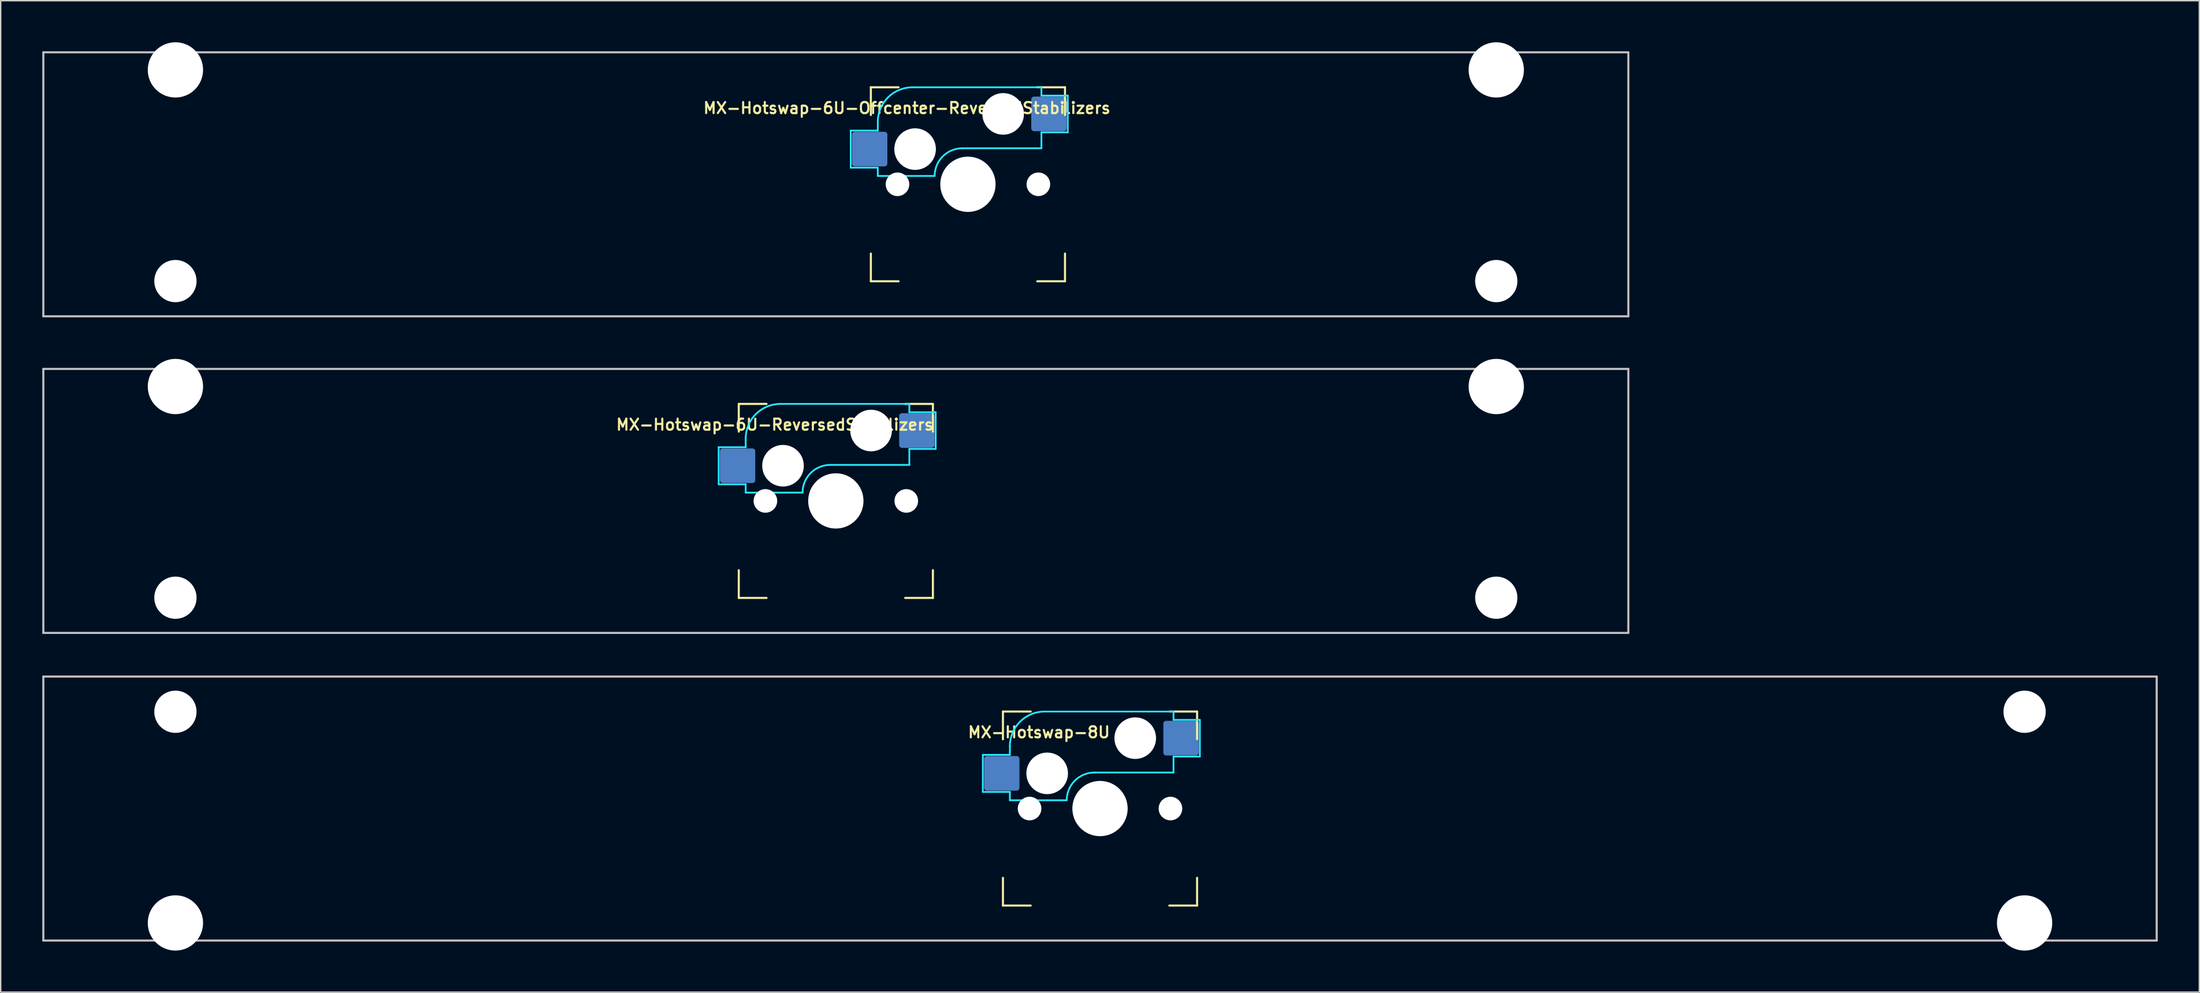
<source format=kicad_pcb>
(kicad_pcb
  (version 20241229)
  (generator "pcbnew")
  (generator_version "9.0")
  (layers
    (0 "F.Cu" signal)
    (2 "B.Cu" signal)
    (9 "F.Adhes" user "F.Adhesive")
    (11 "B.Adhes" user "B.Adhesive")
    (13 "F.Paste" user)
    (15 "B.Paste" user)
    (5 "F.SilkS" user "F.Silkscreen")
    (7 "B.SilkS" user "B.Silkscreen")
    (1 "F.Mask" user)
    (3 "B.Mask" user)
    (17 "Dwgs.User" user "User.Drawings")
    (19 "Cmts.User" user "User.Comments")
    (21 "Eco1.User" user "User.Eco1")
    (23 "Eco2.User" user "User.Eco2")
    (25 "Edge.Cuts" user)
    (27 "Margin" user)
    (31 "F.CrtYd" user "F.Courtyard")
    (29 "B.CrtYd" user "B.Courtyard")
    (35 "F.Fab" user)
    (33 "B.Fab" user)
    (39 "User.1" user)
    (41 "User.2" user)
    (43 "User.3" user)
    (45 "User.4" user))
  (footprint "MX-Hotswap-8U"
    (layer "F.Cu")
    (at 76.275 55.298)
    (property "Reference" "MX-Hotswap-8U" (at -4.4 -5.5 0) (layer "F.SilkS") (effects (font (size 0.8 0.8) (thickness 0.15))))
    (attr smd)
    (fp_line (start -7 -7) (end -7 -5) (stroke (width 0.15) (type solid)) (layer "F.SilkS"))
    (fp_line (start -7 5) (end -7 7) (stroke (width 0.15) (type solid)) (layer "F.SilkS"))
    (fp_line (start -7 7) (end -5 7) (stroke (width 0.15) (type solid)) (layer "F.SilkS"))
    (fp_line (start -5 -7) (end -7 -7) (stroke (width 0.15) (type solid)) (layer "F.SilkS"))
    (fp_line (start 5 -7) (end 7 -7) (stroke (width 0.15) (type solid)) (layer "F.SilkS"))
    (fp_line (start 5 7) (end 7 7) (stroke (width 0.15) (type solid)) (layer "F.SilkS"))
    (fp_line (start 7 -7) (end 7 -5) (stroke (width 0.15) (type solid)) (layer "F.SilkS"))
    (fp_line (start 7 7) (end 7 5) (stroke (width 0.15) (type solid)) (layer "F.SilkS"))
    (fp_line (start -76.2 9.525) (end -76.2 -9.525) (stroke (width 0.15) (type solid)) (layer "Dwgs.User"))
    (fp_line (start 76.2 -9.525) (end -76.2 -9.525) (stroke (width 0.15) (type solid)) (layer "Dwgs.User"))
    (fp_line (start 76.2 9.525) (end -76.2 9.525) (stroke (width 0.15) (type solid)) (layer "Dwgs.User"))
    (fp_line (start 76.2 9.525) (end 76.2 -9.525) (stroke (width 0.15) (type solid)) (layer "Dwgs.User"))
    (fp_line (start -8.45 -3.875) (end -8.45 -1.2) (stroke (width 0.127) (type solid)) (layer "B.CrtYd"))
    (fp_line (start -8.45 -1.2) (end -6.5 -1.2) (stroke (width 0.127) (type solid)) (layer "B.CrtYd"))
    (fp_line (start -6.5 -4.5) (end -6.5 -3.875) (stroke (width 0.127) (type solid)) (layer "B.CrtYd"))
    (fp_line (start -6.5 -3.875) (end -8.45 -3.875) (stroke (width 0.127) (type solid)) (layer "B.CrtYd"))
    (fp_line (start -6.5 -0.6) (end -6.5 -1.2) (stroke (width 0.127) (type solid)) (layer "B.CrtYd"))
    (fp_line (start -6.5 -0.6) (end -2.4 -0.6) (stroke (width 0.127) (type solid)) (layer "B.CrtYd"))
    (fp_line (start -0.4 -2.6) (end 5.3 -2.6) (stroke (width 0.127) (type solid)) (layer "B.CrtYd"))
    (fp_line (start 5.3 -7) (end -4 -7) (stroke (width 0.127) (type solid)) (layer "B.CrtYd"))
    (fp_line (start 5.3 -7) (end 5.3 -6.4) (stroke (width 0.127) (type solid)) (layer "B.CrtYd"))
    (fp_line (start 5.3 -6.4) (end 7.2 -6.4) (stroke (width 0.127) (type solid)) (layer "B.CrtYd"))
    (fp_line (start 5.3 -2.6) (end 5.3 -3.75) (stroke (width 0.127) (type solid)) (layer "B.CrtYd"))
    (fp_line (start 7.2 -6.4) (end 7.2 -3.75) (stroke (width 0.127) (type solid)) (layer "B.CrtYd"))
    (fp_line (start 7.2 -3.75) (end 5.3 -3.75) (stroke (width 0.127) (type solid)) (layer "B.CrtYd"))
    (fp_arc (start -6.5 -4.5) (mid -5.767767 -6.267767) (end -4 -7) (stroke (width 0.127) (type solid)) (layer "B.CrtYd"))
    (fp_arc (start -2.4 -0.6) (mid -1.814214 -2.014214) (end -0.4 -2.6) (stroke (width 0.127) (type solid)) (layer "B.CrtYd"))
    (pad "" np_thru_hole circle (at -66.675 -6.985) (size 3.048 3.048) (drill 3.048) (layers "*.Cu" "*.Mask"))
    (pad "" np_thru_hole circle (at -66.675 8.255) (size 3.988 3.988) (drill 3.988) (layers "*.Cu" "*.Mask"))
    (pad "" np_thru_hole circle (at -5.08 0 48.099) (size 1.702 1.702) (drill 1.702) (layers "*.Cu" "*.Mask"))
    (pad "" np_thru_hole circle (at -3.81 -2.54) (size 3 3) (drill 3) (layers "*.Cu" "*.Mask"))
    (pad "" np_thru_hole circle (at 0 0) (size 3.988 3.988) (drill 3.988) (layers "*.Cu" "*.Mask"))
    (pad "" np_thru_hole circle (at 2.54 -5.08) (size 3 3) (drill 3) (layers "*.Cu" "*.Mask"))
    (pad "" np_thru_hole circle (at 5.08 0 48.099) (size 1.702 1.702) (drill 1.702) (layers "*.Cu" "*.Mask"))
    (pad "" np_thru_hole circle (at 66.675 -6.985) (size 3.048 3.048) (drill 3.048) (layers "*.Cu" "*.Mask"))
    (pad "" np_thru_hole circle (at 66.675 8.255) (size 3.988 3.988) (drill 3.988) (layers "*.Cu" "*.Mask"))
    (pad "1" smd roundrect (at -7.085 -2.54) (size 2.55 2.5) (layers "B.Cu" "B.Mask" "B.Paste") (roundrect_rratio 0.08))
    (pad "2" smd roundrect (at 5.842 -5.08) (size 2.55 2.5) (layers "B.Cu" "B.Mask" "B.Paste") (roundrect_rratio 0.08)))
  (footprint "MX-Hotswap-6U-ReversedStabilizers"
    (layer "F.Cu")
    (at 57.225 33.098)
    (property "Reference" "MX-Hotswap-6U-ReversedStabilizers" (at -4.4 -5.5 0) (layer "F.SilkS") (effects (font (size 0.8 0.8) (thickness 0.15))))
    (attr smd)
    (fp_line (start -7 -7) (end -7 -5) (stroke (width 0.15) (type solid)) (layer "F.SilkS"))
    (fp_line (start -7 5) (end -7 7) (stroke (width 0.15) (type solid)) (layer "F.SilkS"))
    (fp_line (start -7 7) (end -5 7) (stroke (width 0.15) (type solid)) (layer "F.SilkS"))
    (fp_line (start -5 -7) (end -7 -7) (stroke (width 0.15) (type solid)) (layer "F.SilkS"))
    (fp_line (start 5 -7) (end 7 -7) (stroke (width 0.15) (type solid)) (layer "F.SilkS"))
    (fp_line (start 5 7) (end 7 7) (stroke (width 0.15) (type solid)) (layer "F.SilkS"))
    (fp_line (start 7 -7) (end 7 -5) (stroke (width 0.15) (type solid)) (layer "F.SilkS"))
    (fp_line (start 7 7) (end 7 5) (stroke (width 0.15) (type solid)) (layer "F.SilkS"))
    (fp_line (start -57.15 9.525) (end -57.15 -9.525) (stroke (width 0.15) (type solid)) (layer "Dwgs.User"))
    (fp_line (start 57.15 -9.525) (end -57.15 -9.525) (stroke (width 0.15) (type solid)) (layer "Dwgs.User"))
    (fp_line (start 57.15 9.525) (end -57.15 9.525) (stroke (width 0.15) (type solid)) (layer "Dwgs.User"))
    (fp_line (start 57.15 9.525) (end 57.15 -9.525) (stroke (width 0.15) (type solid)) (layer "Dwgs.User"))
    (fp_line (start -8.45 -3.875) (end -8.45 -1.2) (stroke (width 0.127) (type solid)) (layer "B.CrtYd"))
    (fp_line (start -8.45 -1.2) (end -6.5 -1.2) (stroke (width 0.127) (type solid)) (layer "B.CrtYd"))
    (fp_line (start -6.5 -4.5) (end -6.5 -3.875) (stroke (width 0.127) (type solid)) (layer "B.CrtYd"))
    (fp_line (start -6.5 -3.875) (end -8.45 -3.875) (stroke (width 0.127) (type solid)) (layer "B.CrtYd"))
    (fp_line (start -6.5 -0.6) (end -6.5 -1.2) (stroke (width 0.127) (type solid)) (layer "B.CrtYd"))
    (fp_line (start -6.5 -0.6) (end -2.4 -0.6) (stroke (width 0.127) (type solid)) (layer "B.CrtYd"))
    (fp_line (start -0.4 -2.6) (end 5.3 -2.6) (stroke (width 0.127) (type solid)) (layer "B.CrtYd"))
    (fp_line (start 5.3 -7) (end -4 -7) (stroke (width 0.127) (type solid)) (layer "B.CrtYd"))
    (fp_line (start 5.3 -7) (end 5.3 -6.4) (stroke (width 0.127) (type solid)) (layer "B.CrtYd"))
    (fp_line (start 5.3 -6.4) (end 7.2 -6.4) (stroke (width 0.127) (type solid)) (layer "B.CrtYd"))
    (fp_line (start 5.3 -2.6) (end 5.3 -3.75) (stroke (width 0.127) (type solid)) (layer "B.CrtYd"))
    (fp_line (start 7.2 -6.4) (end 7.2 -3.75) (stroke (width 0.127) (type solid)) (layer "B.CrtYd"))
    (fp_line (start 7.2 -3.75) (end 5.3 -3.75) (stroke (width 0.127) (type solid)) (layer "B.CrtYd"))
    (fp_arc (start -6.5 -4.5) (mid -5.767767 -6.267767) (end -4 -7) (stroke (width 0.127) (type solid)) (layer "B.CrtYd"))
    (fp_arc (start -2.4 -0.6) (mid -1.814214 -2.014214) (end -0.4 -2.6) (stroke (width 0.127) (type solid)) (layer "B.CrtYd"))
    (pad "" np_thru_hole circle (at -47.625 -8.255) (size 3.988 3.988) (drill 3.988) (layers "*.Cu" "*.Mask"))
    (pad "" np_thru_hole circle (at -47.625 6.985) (size 3.048 3.048) (drill 3.048) (layers "*.Cu" "*.Mask"))
    (pad "" np_thru_hole circle (at -5.08 0 48.099) (size 1.702 1.702) (drill 1.702) (layers "*.Cu" "*.Mask"))
    (pad "" np_thru_hole circle (at -3.81 -2.54) (size 3 3) (drill 3) (layers "*.Cu" "*.Mask"))
    (pad "" np_thru_hole circle (at 0 0) (size 3.988 3.988) (drill 3.988) (layers "*.Cu" "*.Mask"))
    (pad "" np_thru_hole circle (at 2.54 -5.08) (size 3 3) (drill 3) (layers "*.Cu" "*.Mask"))
    (pad "" np_thru_hole circle (at 5.08 0 48.099) (size 1.702 1.702) (drill 1.702) (layers "*.Cu" "*.Mask"))
    (pad "" np_thru_hole circle (at 47.625 -8.255) (size 3.988 3.988) (drill 3.988) (layers "*.Cu" "*.Mask"))
    (pad "" np_thru_hole circle (at 47.625 6.985) (size 3.048 3.048) (drill 3.048) (layers "*.Cu" "*.Mask"))
    (pad "1" smd roundrect (at -7.085 -2.54) (size 2.55 2.5) (layers "B.Cu" "B.Mask" "B.Paste") (roundrect_rratio 0.08))
    (pad "2" smd roundrect (at 5.842 -5.08) (size 2.55 2.5) (layers "B.Cu" "B.Mask" "B.Paste") (roundrect_rratio 0.08)))
  (footprint "MX-Hotswap-6U-Offcenter-ReversedStabilizers"
    (layer "F.Cu")
    (at 66.75 10.249)
    (property "Reference" "MX-Hotswap-6U-Offcenter-ReversedStabilizers" (at -4.4 -5.5 0) (layer "F.SilkS") (effects (font (size 0.8 0.8) (thickness 0.15))))
    (attr smd)
    (fp_line (start -7 -7) (end -7 -5) (stroke (width 0.15) (type solid)) (layer "F.SilkS"))
    (fp_line (start -7 5) (end -7 7) (stroke (width 0.15) (type solid)) (layer "F.SilkS"))
    (fp_line (start -7 7) (end -5 7) (stroke (width 0.15) (type solid)) (layer "F.SilkS"))
    (fp_line (start -5 -7) (end -7 -7) (stroke (width 0.15) (type solid)) (layer "F.SilkS"))
    (fp_line (start 5 -7) (end 7 -7) (stroke (width 0.15) (type solid)) (layer "F.SilkS"))
    (fp_line (start 5 7) (end 7 7) (stroke (width 0.15) (type solid)) (layer "F.SilkS"))
    (fp_line (start 7 -7) (end 7 -5) (stroke (width 0.15) (type solid)) (layer "F.SilkS"))
    (fp_line (start 7 7) (end 7 5) (stroke (width 0.15) (type solid)) (layer "F.SilkS"))
    (fp_line (start -66.675 -9.525) (end 47.625 -9.525) (stroke (width 0.15) (type solid)) (layer "Dwgs.User"))
    (fp_line (start -66.675 9.525) (end -66.675 -9.525) (stroke (width 0.15) (type solid)) (layer "Dwgs.User"))
    (fp_line (start -66.675 9.525) (end 47.625 9.525) (stroke (width 0.15) (type solid)) (layer "Dwgs.User"))
    (fp_line (start 47.625 9.525) (end 47.625 -9.525) (stroke (width 0.15) (type solid)) (layer "Dwgs.User"))
    (fp_line (start -8.45 -3.875) (end -8.45 -1.2) (stroke (width 0.127) (type solid)) (layer "B.CrtYd"))
    (fp_line (start -8.45 -1.2) (end -6.5 -1.2) (stroke (width 0.127) (type solid)) (layer "B.CrtYd"))
    (fp_line (start -6.5 -4.5) (end -6.5 -3.875) (stroke (width 0.127) (type solid)) (layer "B.CrtYd"))
    (fp_line (start -6.5 -3.875) (end -8.45 -3.875) (stroke (width 0.127) (type solid)) (layer "B.CrtYd"))
    (fp_line (start -6.5 -0.6) (end -6.5 -1.2) (stroke (width 0.127) (type solid)) (layer "B.CrtYd"))
    (fp_line (start -6.5 -0.6) (end -2.4 -0.6) (stroke (width 0.127) (type solid)) (layer "B.CrtYd"))
    (fp_line (start -0.4 -2.6) (end 5.3 -2.6) (stroke (width 0.127) (type solid)) (layer "B.CrtYd"))
    (fp_line (start 5.3 -7) (end -4 -7) (stroke (width 0.127) (type solid)) (layer "B.CrtYd"))
    (fp_line (start 5.3 -7) (end 5.3 -6.4) (stroke (width 0.127) (type solid)) (layer "B.CrtYd"))
    (fp_line (start 5.3 -6.4) (end 7.2 -6.4) (stroke (width 0.127) (type solid)) (layer "B.CrtYd"))
    (fp_line (start 5.3 -2.6) (end 5.3 -3.75) (stroke (width 0.127) (type solid)) (layer "B.CrtYd"))
    (fp_line (start 7.2 -6.4) (end 7.2 -3.75) (stroke (width 0.127) (type solid)) (layer "B.CrtYd"))
    (fp_line (start 7.2 -3.75) (end 5.3 -3.75) (stroke (width 0.127) (type solid)) (layer "B.CrtYd"))
    (fp_arc (start -6.5 -4.5) (mid -5.767767 -6.267767) (end -4 -7) (stroke (width 0.127) (type solid)) (layer "B.CrtYd"))
    (fp_arc (start -2.4 -0.6) (mid -1.814214 -2.014214) (end -0.4 -2.6) (stroke (width 0.127) (type solid)) (layer "B.CrtYd"))
    (pad "" np_thru_hole circle (at -57.15 -8.255) (size 3.988 3.988) (drill 3.988) (layers "*.Cu" "*.Mask"))
    (pad "" np_thru_hole circle (at -57.15 6.985) (size 3.048 3.048) (drill 3.048) (layers "*.Cu" "*.Mask"))
    (pad "" np_thru_hole circle (at -5.08 0 48.099) (size 1.702 1.702) (drill 1.702) (layers "*.Cu" "*.Mask"))
    (pad "" np_thru_hole circle (at -3.81 -2.54) (size 3 3) (drill 3) (layers "*.Cu" "*.Mask"))
    (pad "" np_thru_hole circle (at 0 0) (size 3.988 3.988) (drill 3.988) (layers "*.Cu" "*.Mask"))
    (pad "" np_thru_hole circle (at 2.54 -5.08) (size 3 3) (drill 3) (layers "*.Cu" "*.Mask"))
    (pad "" np_thru_hole circle (at 5.08 0 48.099) (size 1.702 1.702) (drill 1.702) (layers "*.Cu" "*.Mask"))
    (pad "" np_thru_hole circle (at 38.1 -8.255) (size 3.988 3.988) (drill 3.988) (layers "*.Cu" "*.Mask"))
    (pad "" np_thru_hole circle (at 38.1 6.985) (size 3.048 3.048) (drill 3.048) (layers "*.Cu" "*.Mask"))
    (pad "1" smd roundrect (at -7.085 -2.54) (size 2.55 2.5) (layers "B.Cu" "B.Mask" "B.Paste") (roundrect_rratio 0.08))
    (pad "2" smd roundrect (at 5.842 -5.08) (size 2.55 2.5) (layers "B.Cu" "B.Mask" "B.Paste") (roundrect_rratio 0.08)))
  (gr_rect
    (start -3 -3)
    (end 155.55 68.547)
    (stroke (width 0.1) (type default))
    (fill no)
    (layer "Edge.Cuts")))
</source>
